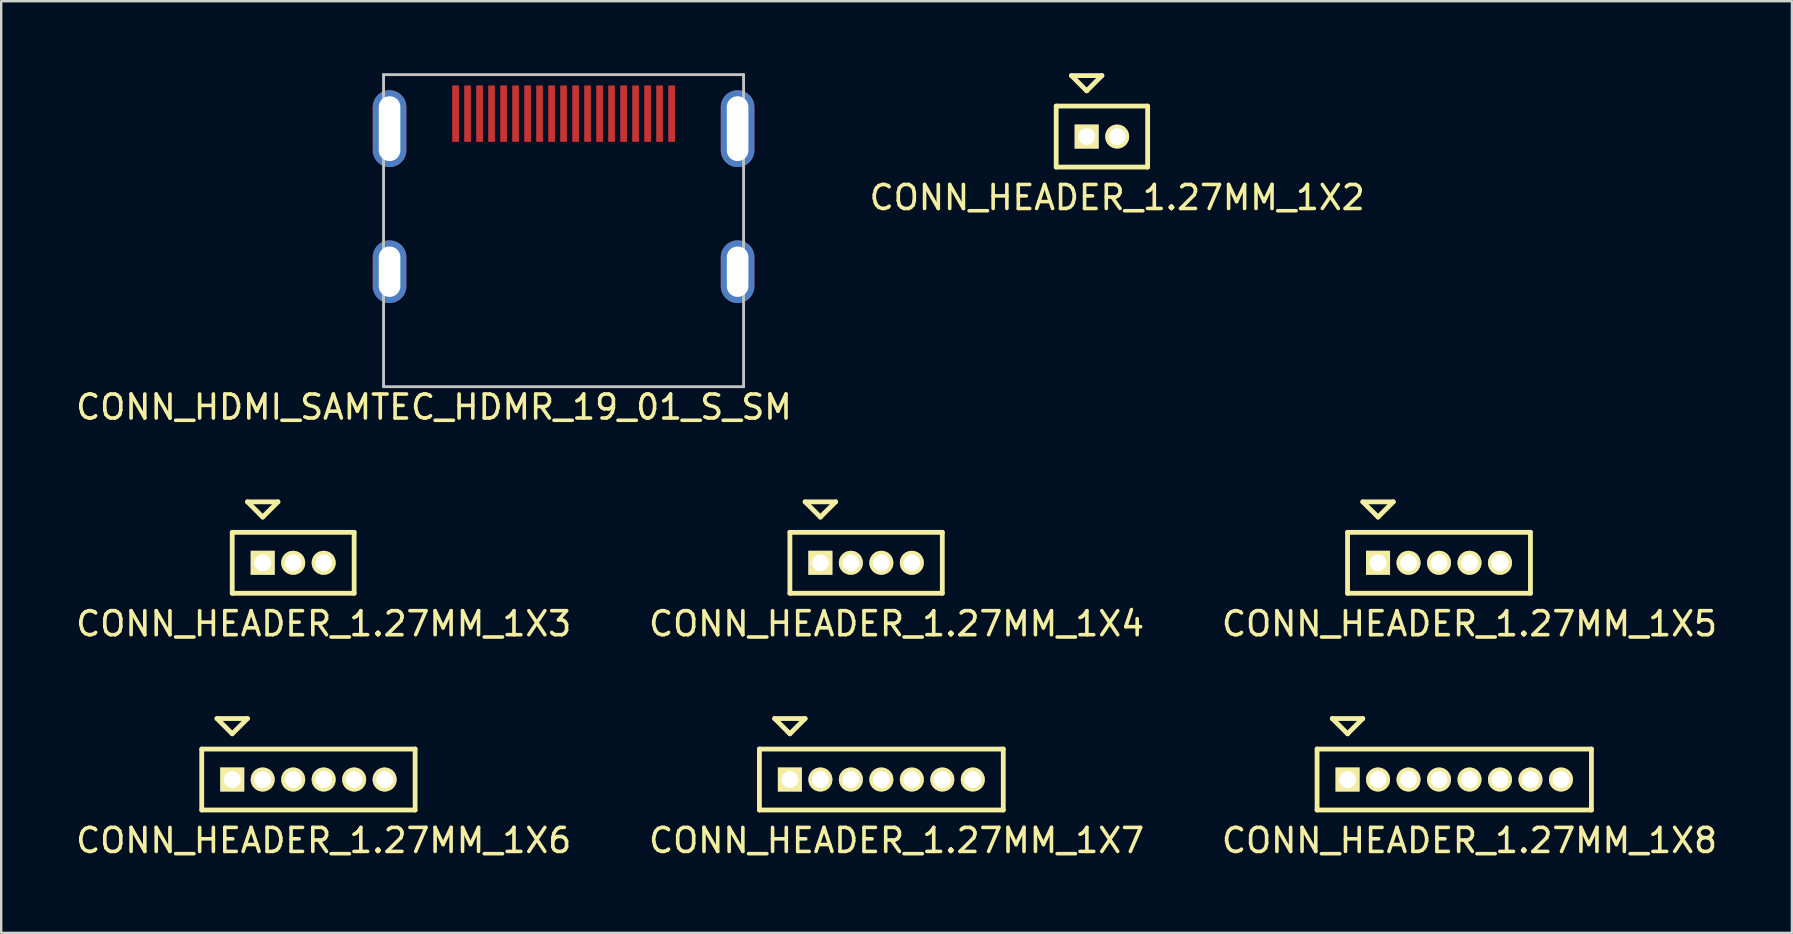
<source format=kicad_pcb>
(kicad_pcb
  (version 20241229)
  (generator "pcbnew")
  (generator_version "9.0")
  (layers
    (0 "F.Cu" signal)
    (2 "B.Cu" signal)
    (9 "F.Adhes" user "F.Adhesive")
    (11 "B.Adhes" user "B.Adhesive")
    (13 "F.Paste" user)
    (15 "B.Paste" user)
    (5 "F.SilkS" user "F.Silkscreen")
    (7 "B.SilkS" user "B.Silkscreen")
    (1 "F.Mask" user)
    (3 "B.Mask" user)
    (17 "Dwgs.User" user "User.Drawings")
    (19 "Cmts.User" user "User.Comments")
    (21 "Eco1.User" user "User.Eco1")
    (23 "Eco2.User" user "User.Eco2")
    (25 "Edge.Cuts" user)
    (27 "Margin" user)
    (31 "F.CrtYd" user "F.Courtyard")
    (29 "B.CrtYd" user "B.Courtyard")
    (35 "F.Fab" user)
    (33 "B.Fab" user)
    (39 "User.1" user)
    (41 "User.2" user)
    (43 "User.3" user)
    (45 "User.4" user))
  (footprint "CONN_HEADER_1.27MM_1X3"
    (layer "F.Cu")
    (at 9.165 20.398)
    (property "Reference" "CONN_HEADER_1.27MM_1X3" (at 1.27 2.54 0) (layer "F.SilkS") (effects (font (size 1 1) (thickness 0.15))))
    (attr through_hole)
    (fp_line (start -2.54 -1.27) (end -2.54 1.27) (stroke (width 0.2) (type solid)) (layer "F.SilkS"))
    (fp_line (start -2.54 1.27) (end 2.54 1.27) (stroke (width 0.2) (type solid)) (layer "F.SilkS"))
    (fp_line (start -1.905 -2.54) (end -1.27 -1.905) (stroke (width 0.2) (type solid)) (layer "F.SilkS"))
    (fp_line (start -1.27 -1.905) (end -0.635 -2.54) (stroke (width 0.2) (type solid)) (layer "F.SilkS"))
    (fp_line (start -0.635 -2.54) (end -1.905 -2.54) (stroke (width 0.2) (type solid)) (layer "F.SilkS"))
    (fp_line (start 2.54 -1.27) (end -2.54 -1.27) (stroke (width 0.2) (type solid)) (layer "F.SilkS"))
    (fp_line (start 2.54 1.27) (end 2.54 -1.27) (stroke (width 0.2) (type solid)) (layer "F.SilkS"))
    (pad "1" thru_hole rect (at -1.27 0) (size 1 1) (drill 0.7) (layers "*.Cu" "*.Mask" "F.SilkS"))
    (pad "2" thru_hole circle (at 0 0) (size 1 1) (drill 0.7) (layers "*.Cu" "*.Mask" "F.SilkS"))
    (pad "3" thru_hole circle (at 1.27 0) (size 1 1) (drill 0.7) (layers "*.Cu" "*.Mask" "F.SilkS")))
  (footprint "CONN_HDMI_SAMTEC_HDMR_19_01_S_SM"
    (layer "F.Cu")
    (at 20.43 2.31)
    (property "Reference" "CONN_HDMI_SAMTEC_HDMR_19_01_S_SM" (at -5.4 11.6 0) (layer "F.SilkS") (effects (font (size 1 1) (thickness 0.15))))
    (attr through_hole)
    (fp_line (start -7.5 -2.25) (end -7.5 10.75) (stroke (width 0.12) (type solid)) (layer "Dwgs.User"))
    (fp_line (start -7.5 -2.25) (end 7.5 -2.25) (stroke (width 0.12) (type solid)) (layer "Dwgs.User"))
    (fp_line (start -7.5 10.75) (end 7.5 10.75) (stroke (width 0.12) (type solid)) (layer "Dwgs.User"))
    (fp_line (start 7.5 -2.25) (end 7.5 10.75) (stroke (width 0.12) (type solid)) (layer "Dwgs.User"))
    (pad "1" smd rect (at -4.5 -0.625) (size 0.28 2.35) (layers "F.Cu" "F.Mask" "F.Paste"))
    (pad "2" smd rect (at -4 -0.625) (size 0.28 2.35) (layers "F.Cu" "F.Mask" "F.Paste"))
    (pad "3" smd rect (at -3.5 -0.625) (size 0.28 2.35) (layers "F.Cu" "F.Mask" "F.Paste"))
    (pad "4" smd rect (at -3 -0.625) (size 0.28 2.35) (layers "F.Cu" "F.Mask" "F.Paste"))
    (pad "5" smd rect (at -2.5 -0.625) (size 0.28 2.35) (layers "F.Cu" "F.Mask" "F.Paste"))
    (pad "6" smd rect (at -2 -0.625) (size 0.28 2.35) (layers "F.Cu" "F.Mask" "F.Paste"))
    (pad "7" smd rect (at -1.5 -0.625) (size 0.28 2.35) (layers "F.Cu" "F.Mask" "F.Paste"))
    (pad "8" smd rect (at -1 -0.625) (size 0.28 2.35) (layers "F.Cu" "F.Mask" "F.Paste"))
    (pad "9" smd rect (at -0.5 -0.625) (size 0.28 2.35) (layers "F.Cu" "F.Mask" "F.Paste"))
    (pad "10" smd rect (at 0 -0.625) (size 0.28 2.35) (layers "F.Cu" "F.Mask" "F.Paste"))
    (pad "11" smd rect (at 0.5 -0.625) (size 0.28 2.35) (layers "F.Cu" "F.Mask" "F.Paste"))
    (pad "12" smd rect (at 1 -0.625) (size 0.28 2.35) (layers "F.Cu" "F.Mask" "F.Paste"))
    (pad "13" smd rect (at 1.5 -0.625) (size 0.28 2.35) (layers "F.Cu" "F.Mask" "F.Paste"))
    (pad "14" smd rect (at 2 -0.625) (size 0.28 2.35) (layers "F.Cu" "F.Mask" "F.Paste"))
    (pad "15" smd rect (at 2.5 -0.625) (size 0.28 2.35) (layers "F.Cu" "F.Mask" "F.Paste"))
    (pad "16" smd rect (at 3 -0.625) (size 0.28 2.35) (layers "F.Cu" "F.Mask" "F.Paste"))
    (pad "17" smd rect (at 3.5 -0.625) (size 0.28 2.35) (layers "F.Cu" "F.Mask" "F.Paste"))
    (pad "18" smd rect (at 4 -0.625) (size 0.28 2.35) (layers "F.Cu" "F.Mask" "F.Paste"))
    (pad "19" smd rect (at 4.5 -0.625) (size 0.28 2.35) (layers "F.Cu" "F.Mask" "F.Paste"))
    (pad "SHLD" thru_hole oval (at -7.25 0) (size 1.4 3.2) (drill oval 0.9 2.7) (layers "*.Cu" "*.Mask" "F.Paste"))
    (pad "SHLD" thru_hole oval (at -7.25 5.96) (size 1.4 2.61) (drill oval 0.9 2.1) (layers "*.Cu" "*.Mask" "F.Paste"))
    (pad "SHLD" thru_hole oval (at 7.25 0) (size 1.4 3.2) (drill oval 0.9 2.7) (layers "*.Cu" "*.Mask" "F.Paste"))
    (pad "SHLD" thru_hole oval (at 7.25 5.96) (size 1.4 2.61) (drill oval 0.9 2.1) (layers "*.Cu" "*.Mask" "F.Paste")))
  (footprint "CONN_HEADER_1.27MM_1X5"
    (layer "F.Cu")
    (at 56.903 20.398)
    (property "Reference" "CONN_HEADER_1.27MM_1X5" (at 1.27 2.54 0) (layer "F.SilkS") (effects (font (size 1 1) (thickness 0.15))))
    (attr through_hole)
    (fp_line (start -3.81 -1.27) (end -3.81 1.27) (stroke (width 0.2) (type solid)) (layer "F.SilkS"))
    (fp_line (start -3.81 1.27) (end 3.81 1.27) (stroke (width 0.2) (type solid)) (layer "F.SilkS"))
    (fp_line (start -3.175 -2.54) (end -2.54 -1.905) (stroke (width 0.2) (type solid)) (layer "F.SilkS"))
    (fp_line (start -2.54 -1.905) (end -1.905 -2.54) (stroke (width 0.2) (type solid)) (layer "F.SilkS"))
    (fp_line (start -1.905 -2.54) (end -3.175 -2.54) (stroke (width 0.2) (type solid)) (layer "F.SilkS"))
    (fp_line (start 3.81 -1.27) (end -3.81 -1.27) (stroke (width 0.2) (type solid)) (layer "F.SilkS"))
    (fp_line (start 3.81 1.27) (end 3.81 -1.27) (stroke (width 0.2) (type solid)) (layer "F.SilkS"))
    (pad "1" thru_hole rect (at -2.54 0) (size 1 1) (drill 0.7) (layers "*.Cu" "*.Mask" "F.SilkS"))
    (pad "2" thru_hole circle (at -1.27 0) (size 1 1) (drill 0.7) (layers "*.Cu" "*.Mask" "F.SilkS"))
    (pad "3" thru_hole circle (at 0 0) (size 1 1) (drill 0.7) (layers "*.Cu" "*.Mask" "F.SilkS"))
    (pad "4" thru_hole circle (at 1.27 0) (size 1 1) (drill 0.7) (layers "*.Cu" "*.Mask" "F.SilkS"))
    (pad "5" thru_hole circle (at 2.54 0) (size 1 1) (drill 0.7) (layers "*.Cu" "*.Mask" "F.SilkS")))
  (footprint "CONN_HEADER_1.27MM_1X7"
    (layer "F.Cu")
    (at 33.669 29.427)
    (property "Reference" "CONN_HEADER_1.27MM_1X7" (at 0.635 2.54 0) (layer "F.SilkS") (effects (font (size 1 1) (thickness 0.15))))
    (attr through_hole)
    (fp_line (start -5.08 -1.27) (end -5.08 1.27) (stroke (width 0.2) (type solid)) (layer "F.SilkS"))
    (fp_line (start -5.08 1.27) (end 5.08 1.27) (stroke (width 0.2) (type solid)) (layer "F.SilkS"))
    (fp_line (start -4.445 -2.54) (end -3.81 -1.905) (stroke (width 0.2) (type solid)) (layer "F.SilkS"))
    (fp_line (start -3.81 -1.905) (end -3.175 -2.54) (stroke (width 0.2) (type solid)) (layer "F.SilkS"))
    (fp_line (start -3.175 -2.54) (end -4.445 -2.54) (stroke (width 0.2) (type solid)) (layer "F.SilkS"))
    (fp_line (start 5.08 -1.27) (end -5.08 -1.27) (stroke (width 0.2) (type solid)) (layer "F.SilkS"))
    (fp_line (start 5.08 1.27) (end 5.08 -1.27) (stroke (width 0.2) (type solid)) (layer "F.SilkS"))
    (pad "1" thru_hole rect (at -3.81 0) (size 1 1) (drill 0.7) (layers "*.Cu" "*.Mask" "F.SilkS"))
    (pad "2" thru_hole circle (at -2.54 0) (size 1 1) (drill 0.7) (layers "*.Cu" "*.Mask" "F.SilkS"))
    (pad "3" thru_hole circle (at -1.27 0) (size 1 1) (drill 0.7) (layers "*.Cu" "*.Mask" "F.SilkS"))
    (pad "4" thru_hole circle (at 0 0) (size 1 1) (drill 0.7) (layers "*.Cu" "*.Mask" "F.SilkS"))
    (pad "5" thru_hole circle (at 1.27 0) (size 1 1) (drill 0.7) (layers "*.Cu" "*.Mask" "F.SilkS"))
    (pad "6" thru_hole circle (at 2.54 0) (size 1 1) (drill 0.7) (layers "*.Cu" "*.Mask" "F.SilkS"))
    (pad "7" thru_hole circle (at 3.81 0) (size 1 1) (drill 0.7) (layers "*.Cu" "*.Mask" "F.SilkS")))
  (footprint "CONN_HEADER_1.27MM_1X2"
    (layer "F.Cu")
    (at 42.859 2.64)
    (property "Reference" "CONN_HEADER_1.27MM_1X2" (at 0.635 2.54 0) (layer "F.SilkS") (effects (font (size 1 1) (thickness 0.15))))
    (attr through_hole)
    (fp_line (start -1.905 -1.27) (end -1.905 1.27) (stroke (width 0.2) (type solid)) (layer "F.SilkS"))
    (fp_line (start -1.905 1.27) (end 1.905 1.27) (stroke (width 0.2) (type solid)) (layer "F.SilkS"))
    (fp_line (start -1.27 -2.54) (end -0.635 -1.905) (stroke (width 0.2) (type solid)) (layer "F.SilkS"))
    (fp_line (start -0.635 -1.905) (end 0 -2.54) (stroke (width 0.2) (type solid)) (layer "F.SilkS"))
    (fp_line (start 0 -2.54) (end -1.27 -2.54) (stroke (width 0.2) (type solid)) (layer "F.SilkS"))
    (fp_line (start 1.905 -1.27) (end -1.905 -1.27) (stroke (width 0.2) (type solid)) (layer "F.SilkS"))
    (fp_line (start 1.905 1.27) (end 1.905 -1.27) (stroke (width 0.2) (type solid)) (layer "F.SilkS"))
    (pad "1" thru_hole rect (at -0.635 0) (size 1 1) (drill 0.7) (layers "*.Cu" "*.Mask" "F.SilkS"))
    (pad "2" thru_hole circle (at 0.635 0) (size 1 1) (drill 0.7) (layers "*.Cu" "*.Mask" "F.SilkS")))
  (footprint "CONN_HEADER_1.27MM_1X6"
    (layer "F.Cu")
    (at 9.8 29.427)
    (property "Reference" "CONN_HEADER_1.27MM_1X6" (at 0.635 2.54 0) (layer "F.SilkS") (effects (font (size 1 1) (thickness 0.15))))
    (attr through_hole)
    (fp_line (start -4.445 -1.27) (end -4.445 1.27) (stroke (width 0.2) (type solid)) (layer "F.SilkS"))
    (fp_line (start -4.445 1.27) (end 4.445 1.27) (stroke (width 0.2) (type solid)) (layer "F.SilkS"))
    (fp_line (start -3.81 -2.54) (end -3.175 -1.905) (stroke (width 0.2) (type solid)) (layer "F.SilkS"))
    (fp_line (start -3.175 -1.905) (end -2.54 -2.54) (stroke (width 0.2) (type solid)) (layer "F.SilkS"))
    (fp_line (start -2.54 -2.54) (end -3.81 -2.54) (stroke (width 0.2) (type solid)) (layer "F.SilkS"))
    (fp_line (start 4.445 -1.27) (end -4.445 -1.27) (stroke (width 0.2) (type solid)) (layer "F.SilkS"))
    (fp_line (start 4.445 1.27) (end 4.445 -1.27) (stroke (width 0.2) (type solid)) (layer "F.SilkS"))
    (pad "1" thru_hole rect (at -3.175 0) (size 1 1) (drill 0.7) (layers "*.Cu" "*.Mask" "F.SilkS"))
    (pad "2" thru_hole circle (at -1.905 0) (size 1 1) (drill 0.7) (layers "*.Cu" "*.Mask" "F.SilkS"))
    (pad "3" thru_hole circle (at -0.635 0) (size 1 1) (drill 0.7) (layers "*.Cu" "*.Mask" "F.SilkS"))
    (pad "4" thru_hole circle (at 0.635 0) (size 1 1) (drill 0.7) (layers "*.Cu" "*.Mask" "F.SilkS"))
    (pad "5" thru_hole circle (at 1.905 0) (size 1 1) (drill 0.7) (layers "*.Cu" "*.Mask" "F.SilkS"))
    (pad "6" thru_hole circle (at 3.175 0) (size 1 1) (drill 0.7) (layers "*.Cu" "*.Mask" "F.SilkS")))
  (footprint "CONN_HEADER_1.27MM_1X8"
    (layer "F.Cu")
    (at 57.538 29.427)
    (property "Reference" "CONN_HEADER_1.27MM_1X8" (at 0.635 2.54 0) (layer "F.SilkS") (effects (font (size 1 1) (thickness 0.15))))
    (attr through_hole)
    (fp_line (start -5.715 -1.27) (end -5.715 1.27) (stroke (width 0.2) (type solid)) (layer "F.SilkS"))
    (fp_line (start -5.715 1.27) (end 5.715 1.27) (stroke (width 0.2) (type solid)) (layer "F.SilkS"))
    (fp_line (start -5.08 -2.54) (end -4.445 -1.905) (stroke (width 0.2) (type solid)) (layer "F.SilkS"))
    (fp_line (start -4.445 -1.905) (end -3.81 -2.54) (stroke (width 0.2) (type solid)) (layer "F.SilkS"))
    (fp_line (start -3.81 -2.54) (end -5.08 -2.54) (stroke (width 0.2) (type solid)) (layer "F.SilkS"))
    (fp_line (start 5.715 -1.27) (end -5.715 -1.27) (stroke (width 0.2) (type solid)) (layer "F.SilkS"))
    (fp_line (start 5.715 1.27) (end 5.715 -1.27) (stroke (width 0.2) (type solid)) (layer "F.SilkS"))
    (pad "1" thru_hole rect (at -4.445 0) (size 1 1) (drill 0.7) (layers "*.Cu" "*.Mask" "F.SilkS"))
    (pad "2" thru_hole circle (at -3.175 0) (size 1 1) (drill 0.7) (layers "*.Cu" "*.Mask" "F.SilkS"))
    (pad "3" thru_hole circle (at -1.905 0) (size 1 1) (drill 0.7) (layers "*.Cu" "*.Mask" "F.SilkS"))
    (pad "4" thru_hole circle (at -0.635 0) (size 1 1) (drill 0.7) (layers "*.Cu" "*.Mask" "F.SilkS"))
    (pad "5" thru_hole circle (at 0.635 0) (size 1 1) (drill 0.7) (layers "*.Cu" "*.Mask" "F.SilkS"))
    (pad "6" thru_hole circle (at 1.905 0) (size 1 1) (drill 0.7) (layers "*.Cu" "*.Mask" "F.SilkS"))
    (pad "7" thru_hole circle (at 3.175 0) (size 1 1) (drill 0.7) (layers "*.Cu" "*.Mask" "F.SilkS"))
    (pad "8" thru_hole circle (at 4.445 0) (size 1 1) (drill 0.7) (layers "*.Cu" "*.Mask" "F.SilkS")))
  (footprint "CONN_HEADER_1.27MM_1X4"
    (layer "F.Cu")
    (at 33.034 20.398)
    (property "Reference" "CONN_HEADER_1.27MM_1X4" (at 1.27 2.54 0) (layer "F.SilkS") (effects (font (size 1 1) (thickness 0.15))))
    (attr through_hole)
    (fp_line (start -3.175 -1.27) (end -3.175 1.27) (stroke (width 0.2) (type solid)) (layer "F.SilkS"))
    (fp_line (start -3.175 1.27) (end 3.175 1.27) (stroke (width 0.2) (type solid)) (layer "F.SilkS"))
    (fp_line (start -2.54 -2.54) (end -1.905 -1.905) (stroke (width 0.2) (type solid)) (layer "F.SilkS"))
    (fp_line (start -1.905 -1.905) (end -1.27 -2.54) (stroke (width 0.2) (type solid)) (layer "F.SilkS"))
    (fp_line (start -1.27 -2.54) (end -2.54 -2.54) (stroke (width 0.2) (type solid)) (layer "F.SilkS"))
    (fp_line (start 3.175 -1.27) (end -3.175 -1.27) (stroke (width 0.2) (type solid)) (layer "F.SilkS"))
    (fp_line (start 3.175 1.27) (end 3.175 -1.27) (stroke (width 0.2) (type solid)) (layer "F.SilkS"))
    (pad "1" thru_hole rect (at -1.905 0) (size 1 1) (drill 0.7) (layers "*.Cu" "*.Mask" "F.SilkS"))
    (pad "2" thru_hole circle (at -0.635 0) (size 1 1) (drill 0.7) (layers "*.Cu" "*.Mask" "F.SilkS"))
    (pad "3" thru_hole circle (at 0.635 0) (size 1 1) (drill 0.7) (layers "*.Cu" "*.Mask" "F.SilkS"))
    (pad "4" thru_hole circle (at 1.905 0) (size 1 1) (drill 0.7) (layers "*.Cu" "*.Mask" "F.SilkS")))
  (gr_rect
    (start -3 -3)
    (end 71.607 35.815)
    (stroke (width 0.1) (type default))
    (fill no)
    (layer "Edge.Cuts")))
</source>
